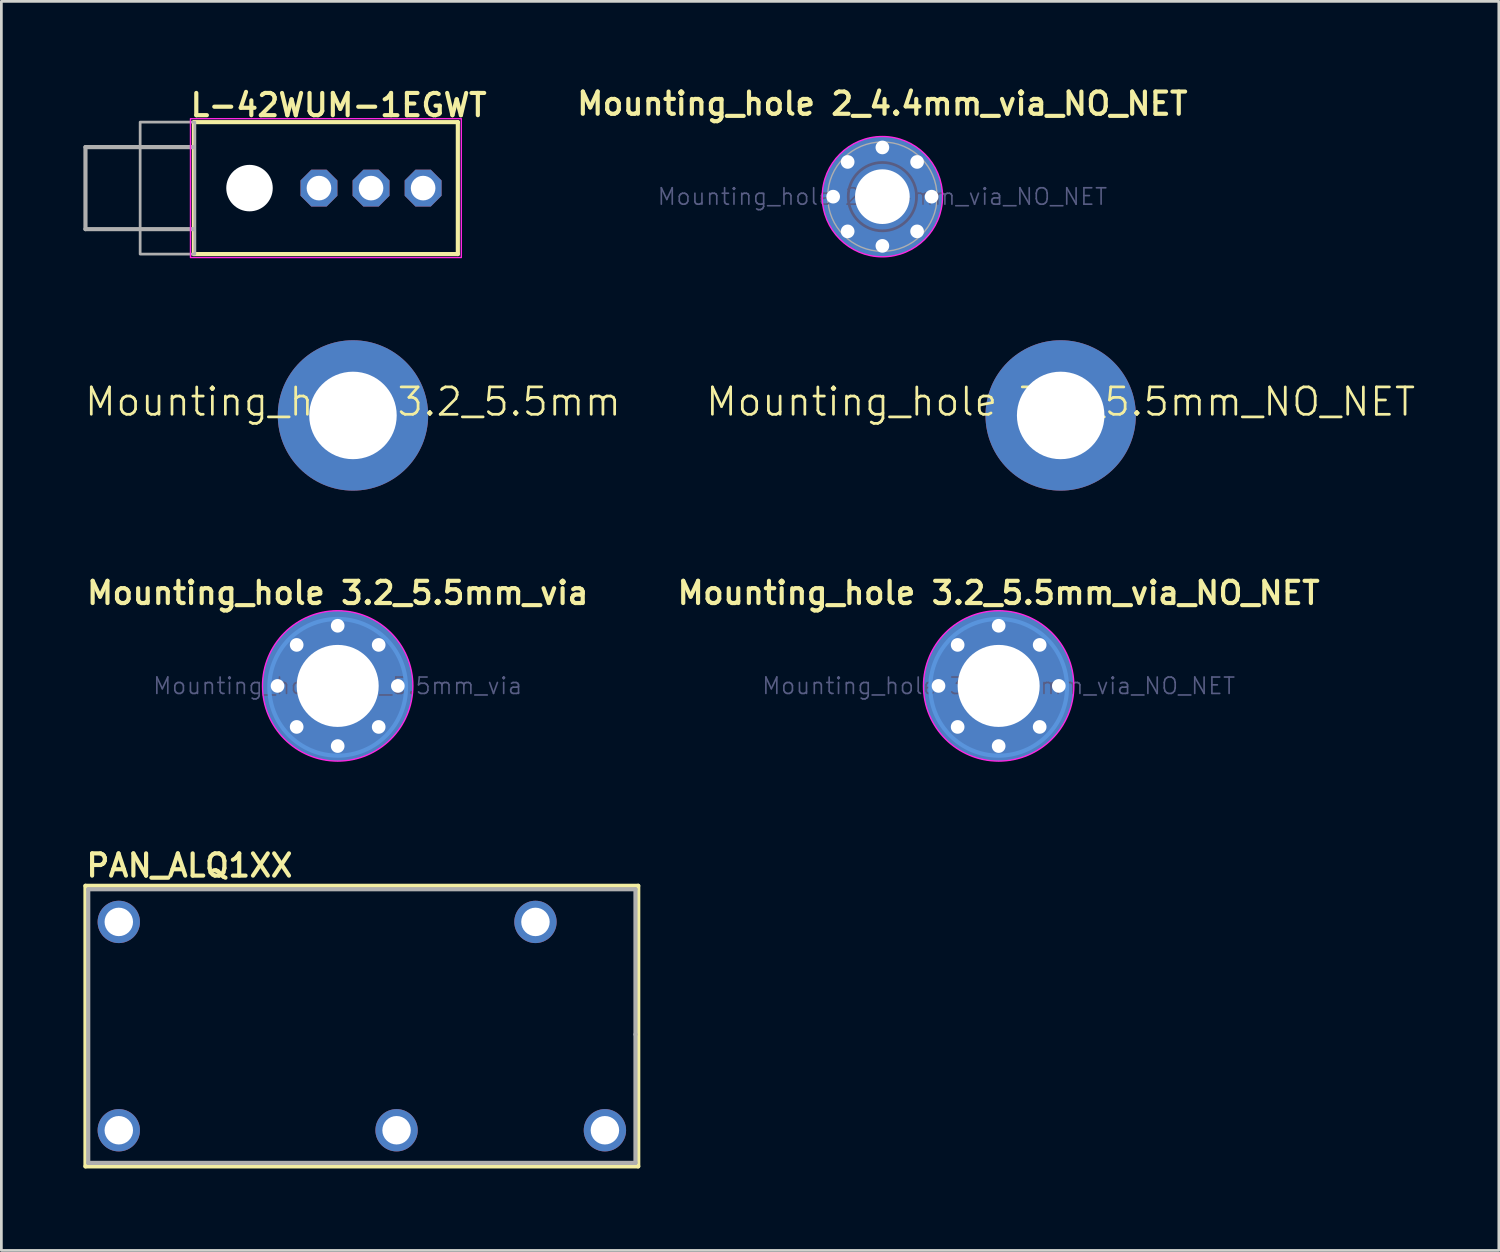
<source format=kicad_pcb>
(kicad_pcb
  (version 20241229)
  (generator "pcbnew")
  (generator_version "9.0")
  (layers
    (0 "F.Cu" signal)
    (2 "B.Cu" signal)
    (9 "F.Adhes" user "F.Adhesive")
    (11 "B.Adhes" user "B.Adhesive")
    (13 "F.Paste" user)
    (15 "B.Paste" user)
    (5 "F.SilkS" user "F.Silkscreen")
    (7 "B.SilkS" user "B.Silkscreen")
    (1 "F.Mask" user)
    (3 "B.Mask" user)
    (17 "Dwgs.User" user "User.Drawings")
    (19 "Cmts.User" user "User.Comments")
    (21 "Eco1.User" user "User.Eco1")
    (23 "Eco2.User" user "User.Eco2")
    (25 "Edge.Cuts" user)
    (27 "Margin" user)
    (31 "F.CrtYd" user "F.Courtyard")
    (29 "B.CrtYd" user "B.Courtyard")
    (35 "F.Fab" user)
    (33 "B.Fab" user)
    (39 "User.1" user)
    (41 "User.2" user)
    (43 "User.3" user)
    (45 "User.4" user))
  (footprint "Mounting_hole 3.2_5.5mm_NO_NET"
    (layer "F.Cu")
    (at 35.745 12.145)
    (property "Reference" "Mounting_hole 3.2_5.5mm_NO_NET" (at 0 -0.5 0) (unlocked yes) (layer "F.SilkS") (effects (font (size 1 1) (thickness 0.1))))
    (attr through_hole exclude_from_pos_files exclude_from_bom)
    (pad "" thru_hole circle (at 0 0) (size 5.5 5.5) (drill 3.2) (layers "*.Cu" "*.Mask")))
  (footprint "Mounting_hole 3.2_5.5mm_via"
    (layer "F.Cu")
    (at 9.301 22.038)
    (property "Reference" "Mounting_hole 3.2_5.5mm_via" (at 0 -3.4 0) (layer "F.SilkS") (effects (font (size 0.813 0.813) (thickness 0.152) (bold yes))))
    (attr through_hole exclude_from_pos_files exclude_from_bom)
    (fp_circle (center 0 0.051) (end 2.5 0.051) (stroke (width 0.15) (type solid)) (fill no) (layer "Cmts.User"))
    (fp_circle (center 0 0) (end 2.75 0) (stroke (width 0.05) (type solid)) (fill no) (layer "F.CrtYd"))
    (fp_circle (center 0 0) (end 1.25 0) (stroke (width 0.1) (type solid)) (fill no) (layer "B.Fab"))
    (fp_circle (center 0 0) (end 1.25 0) (stroke (width 0.1) (type solid)) (fill no) (layer "F.Fab"))
    (fp_text user "${REFERENCE}" (at 0 0 0) (layer "B.Fab") (effects (font (size 0.6 0.6) (thickness 0.06))))
    (pad "" thru_hole circle (at -2.2 0) (size 0.8 0.8) (drill 0.5) (layers "*.Cu" "*.Mask"))
    (pad "" thru_hole circle (at -1.5 -1.5) (size 0.8 0.8) (drill 0.5) (layers "*.Cu" "*.Mask"))
    (pad "" thru_hole circle (at -1.5 1.5) (size 0.8 0.8) (drill 0.5) (layers "*.Cu" "*.Mask"))
    (pad "" thru_hole circle (at 0 -2.2) (size 0.8 0.8) (drill 0.5) (layers "*.Cu" "*.Mask"))
    (pad "" thru_hole circle (at 0 2.2) (size 0.8 0.8) (drill 0.5) (layers "*.Cu" "*.Mask"))
    (pad "" thru_hole circle (at 1.5 -1.5) (size 0.8 0.8) (drill 0.5) (layers "*.Cu" "*.Mask"))
    (pad "" thru_hole circle (at 1.5 1.5) (size 0.8 0.8) (drill 0.5) (layers "*.Cu" "*.Mask"))
    (pad "" thru_hole circle (at 2.2 0) (size 0.8 0.8) (drill 0.5) (layers "*.Cu" "*.Mask"))
    (pad "1" thru_hole circle (at 0 0) (size 5.5 5.5) (drill 3) (layers "*.Cu" "*.Mask")))
  (footprint "Mounting_hole 3.2_5.5mm_via_NO_NET"
    (layer "F.Cu")
    (at 33.477 22.038)
    (property "Reference" "Mounting_hole 3.2_5.5mm_via_NO_NET" (at 0 -3.4 0) (layer "F.SilkS") (effects (font (size 0.813 0.813) (thickness 0.152) (bold yes))))
    (attr through_hole exclude_from_pos_files exclude_from_bom)
    (fp_circle (center 0 0.051) (end 2.5 0.051) (stroke (width 0.15) (type solid)) (fill no) (layer "Cmts.User"))
    (fp_circle (center 0 0) (end 2.75 0) (stroke (width 0.05) (type solid)) (fill no) (layer "F.CrtYd"))
    (fp_circle (center 0 0) (end 1.25 0) (stroke (width 0.1) (type solid)) (fill no) (layer "B.Fab"))
    (fp_circle (center 0 0) (end 1.25 0) (stroke (width 0.1) (type solid)) (fill no) (layer "F.Fab"))
    (fp_text user "${REFERENCE}" (at 0 0 0) (layer "B.Fab") (effects (font (size 0.6 0.6) (thickness 0.06))))
    (pad "" thru_hole circle (at -2.2 0) (size 0.8 0.8) (drill 0.5) (layers "*.Cu" "*.Mask"))
    (pad "" thru_hole circle (at -1.5 -1.5) (size 0.8 0.8) (drill 0.5) (layers "*.Cu" "*.Mask"))
    (pad "" thru_hole circle (at -1.5 1.5) (size 0.8 0.8) (drill 0.5) (layers "*.Cu" "*.Mask"))
    (pad "" thru_hole circle (at 0 -2.2) (size 0.8 0.8) (drill 0.5) (layers "*.Cu" "*.Mask"))
    (pad "" thru_hole circle (at 0 0) (size 5.5 5.5) (drill 3) (layers "*.Cu" "*.Mask"))
    (pad "" thru_hole circle (at 0 2.2) (size 0.8 0.8) (drill 0.5) (layers "*.Cu" "*.Mask"))
    (pad "" thru_hole circle (at 1.5 -1.5) (size 0.8 0.8) (drill 0.5) (layers "*.Cu" "*.Mask"))
    (pad "" thru_hole circle (at 1.5 1.5) (size 0.8 0.8) (drill 0.5) (layers "*.Cu" "*.Mask"))
    (pad "" thru_hole circle (at 2.2 0) (size 0.8 0.8) (drill 0.5) (layers "*.Cu" "*.Mask")))
  (footprint "L-42WUM-1EGWT"
    (layer "F.Cu")
    (at 6.076 3.83)
    (property "Reference" "L-42WUM-1EGWT" (at -2.24 -2.56 0) (layer "F.SilkS") (effects (font (size 0.813 0.813) (thickness 0.152) (bold yes)) (justify left bottom)))
    (attr through_hole)
    (fp_line (start -2.032 -2.413) (end -2.032 2.413) (stroke (width 0.152) (type solid)) (layer "F.SilkS"))
    (fp_line (start -2.032 -2.413) (end 7.62 -2.413) (stroke (width 0.152) (type solid)) (layer "F.SilkS"))
    (fp_line (start -2.032 2.413) (end 7.62 2.413) (stroke (width 0.152) (type solid)) (layer "F.SilkS"))
    (fp_line (start 7.62 -2.413) (end 7.62 2.413) (stroke (width 0.152) (type solid)) (layer "F.SilkS"))
    (fp_rect (start -2.159 -2.54) (end 7.747 2.54) (stroke (width 0.05) (type solid)) (fill no) (layer "F.CrtYd"))
    (fp_line (start -6 -1.5) (end -6 1.5) (stroke (width 0.152) (type solid)) (layer "F.Fab"))
    (fp_line (start -6 1.5) (end -2.032 1.5) (stroke (width 0.152) (type solid)) (layer "F.Fab"))
    (fp_line (start -2.032 -1.5) (end -6 -1.5) (stroke (width 0.152) (type solid)) (layer "F.Fab"))
    (fp_poly (pts (xy -4 2.413) (xy -2 2.413) (xy -2 -2.413) (xy -4 -2.413)) (stroke (width 0.1) (type default)) (fill no) (layer "F.Fab"))
    (pad "" np_thru_hole circle (at 0 0) (size 1.7 1.7) (drill 1.7) (layers "*.Cu" "*.Mask"))
    (pad "CC" thru_hole roundrect (at 4.445 0 180) (size 1.35 1.35) (drill 0.9) (layers "*.Cu" "*.Mask") (roundrect_rratio 0.25) (chamfer_ratio 0.293) (chamfer top_left top_right bottom_left bottom_right))
    (pad "GREEN" thru_hole roundrect (at 6.35 0 180) (size 1.35 1.35) (drill 0.9) (layers "*.Cu" "*.Mask") (roundrect_rratio 0.25) (chamfer_ratio 0.293) (chamfer top_left top_right bottom_left bottom_right))
    (pad "RED" thru_hole roundrect (at 2.54 0 180) (size 1.35 1.35) (drill 0.9) (layers "*.Cu" "*.Mask") (roundrect_rratio 0.25) (chamfer_ratio 0.293) (chamfer top_left top_right bottom_left bottom_right)))
  (footprint "Mounting_hole 2_4.4mm_via_NO_NET"
    (layer "F.Cu")
    (at 29.224 4.143)
    (property "Reference" "Mounting_hole 2_4.4mm_via_NO_NET" (at 0 -3.4 0) (layer "F.SilkS") (effects (font (size 0.813 0.813) (thickness 0.152) (bold yes))))
    (attr through_hole exclude_from_pos_files exclude_from_bom)
    (fp_circle (center 0 0) (end 2.2 0) (stroke (width 0.05) (type solid)) (fill no) (layer "F.CrtYd"))
    (fp_circle (center 0 0) (end 1.25 0) (stroke (width 0.1) (type solid)) (fill no) (layer "B.Fab"))
    (fp_circle (center 0 0) (end 2 0) (stroke (width 0.05) (type solid)) (fill no) (layer "F.Fab"))
    (fp_text user "${REFERENCE}" (at 0 0 0) (layer "B.Fab") (effects (font (size 0.6 0.6) (thickness 0.06))))
    (pad "" thru_hole circle (at -1.8 0) (size 0.8 0.8) (drill 0.5) (layers "*.Cu" "F.Mask"))
    (pad "" thru_hole circle (at -1.27 -1.27) (size 0.8 0.8) (drill 0.5) (layers "*.Cu" "F.Mask"))
    (pad "" thru_hole circle (at -1.27 1.27) (size 0.8 0.8) (drill 0.5) (layers "*.Cu" "F.Mask"))
    (pad "" thru_hole circle (at 0 -1.8) (size 0.8 0.8) (drill 0.5) (layers "*.Cu" "F.Mask"))
    (pad "" thru_hole circle (at 0 0) (size 4.4 4.4) (drill 2) (layers "*.Cu" "F.Mask"))
    (pad "" thru_hole circle (at 0 1.8) (size 0.8 0.8) (drill 0.5) (layers "*.Cu" "F.Mask"))
    (pad "" thru_hole circle (at 1.27 -1.27) (size 0.8 0.8) (drill 0.5) (layers "*.Cu" "F.Mask"))
    (pad "" thru_hole circle (at 1.27 1.27) (size 0.8 0.8) (drill 0.5) (layers "*.Cu" "F.Mask"))
    (pad "" thru_hole circle (at 1.8 0) (size 0.8 0.8) (drill 0.5) (layers "*.Cu" "F.Mask")))
  (footprint "PAN_ALQ1XX"
    (layer "F.Cu")
    (at 10.185 34.48)
    (property "Reference" "PAN_ALQ1XX" (at -10.16 -5.397 0) (layer "F.SilkS") (effects (font (size 0.813 0.813) (thickness 0.152) (bold yes)) (justify left bottom)))
    (attr through_hole)
    (fp_line (start -10.109 -5.131) (end -10.109 5.131) (stroke (width 0.152) (type solid)) (layer "F.SilkS"))
    (fp_line (start -10.109 5.131) (end 10.109 5.131) (stroke (width 0.152) (type solid)) (layer "F.SilkS"))
    (fp_line (start 10.109 -5.131) (end -10.109 -5.131) (stroke (width 0.152) (type solid)) (layer "F.SilkS"))
    (fp_line (start 10.109 5.131) (end 10.109 -5.131) (stroke (width 0.152) (type solid)) (layer "F.SilkS"))
    (fp_line (start -10.008 -5.004) (end -10.008 5.004) (stroke (width 0.152) (type solid)) (layer "F.Fab"))
    (fp_line (start -10.008 5.004) (end 10.008 5.004) (stroke (width 0.152) (type solid)) (layer "F.Fab"))
    (fp_line (start 10.008 -5.004) (end -10.008 -5.004) (stroke (width 0.152) (type solid)) (layer "F.Fab"))
    (fp_line (start 10.008 0.305) (end 10.008 -5.004) (stroke (width 0.152) (type solid)) (layer "F.Fab"))
    (fp_line (start 10.008 5.004) (end 10.008 0.305) (stroke (width 0.152) (type solid)) (layer "F.Fab"))
    (pad "C1" thru_hole circle (at -8.89 3.81 90) (size 1.549 1.549) (drill 1.041) (layers "*.Cu" "*.Mask"))
    (pad "C2" thru_hole circle (at -8.89 -3.81 270) (size 1.549 1.549) (drill 1.041) (layers "*.Cu" "*.Mask"))
    (pad "O" thru_hole circle (at 8.89 3.81 270) (size 1.549 1.549) (drill 1.041) (layers "*.Cu" "*.Mask"))
    (pad "P" thru_hole circle (at 1.27 3.81 90) (size 1.549 1.549) (drill 1.041) (layers "*.Cu" "*.Mask"))
    (pad "S" thru_hole circle (at 6.35 -3.81 270) (size 1.549 1.549) (drill 1.041) (layers "*.Cu" "*.Mask")))
  (footprint "Mounting_hole 3.2_5.5mm"
    (layer "F.Cu")
    (at 9.86 12.145)
    (property "Reference" "Mounting_hole 3.2_5.5mm" (at 0 -0.5 0) (unlocked yes) (layer "F.SilkS") (effects (font (size 1 1) (thickness 0.1))))
    (attr through_hole exclude_from_bom)
    (pad "1" thru_hole circle (at 0 0) (size 5.5 5.5) (drill 3.2) (layers "*.Cu" "*.Mask")))
  (gr_rect
    (start -3 -3)
    (end 51.771 42.687)
    (stroke (width 0.1) (type default))
    (fill no)
    (layer "Edge.Cuts")))
</source>
